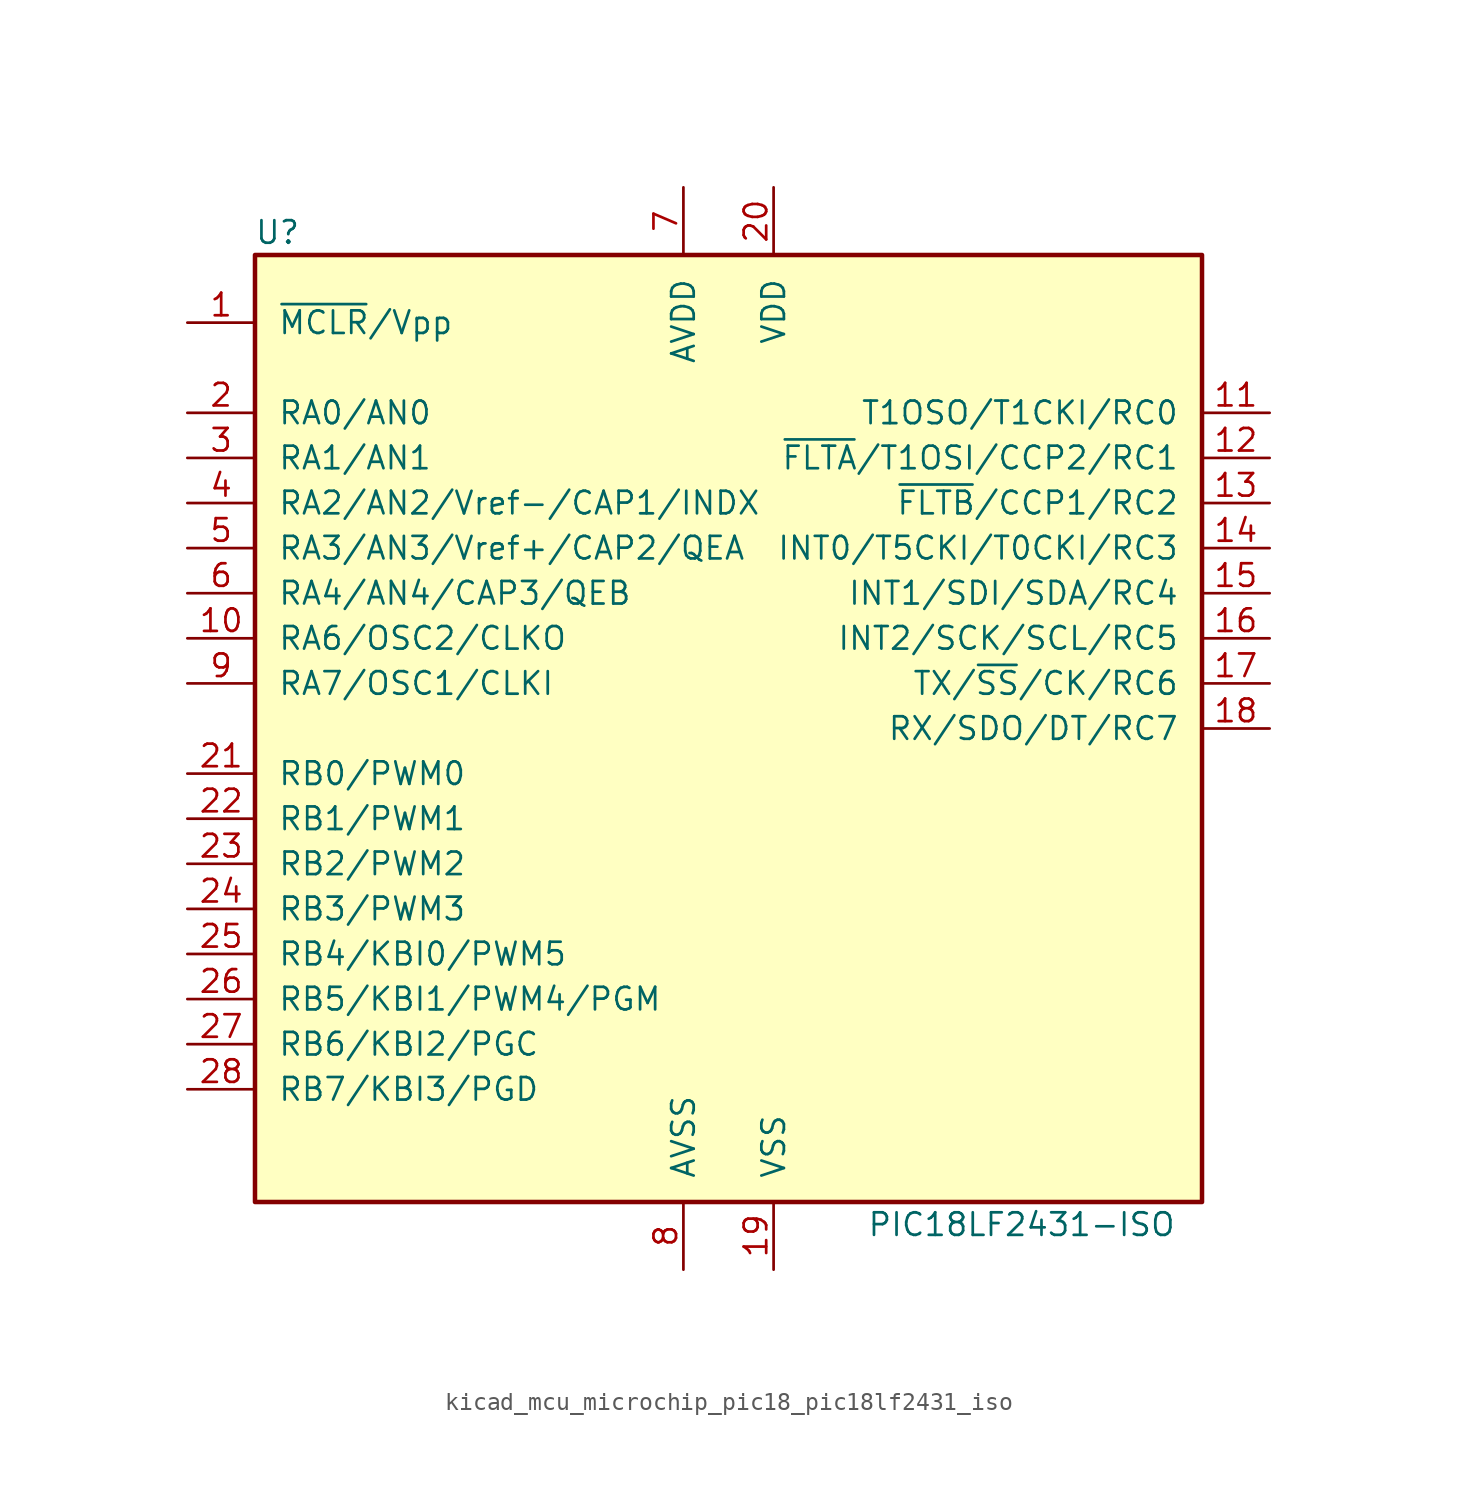
<source format=kicad_sym>
(kicad_symbol_lib
  (version 20220914)
  (generator kicad_symbol_editor)
  (symbol "kicad_mcu_microchip_pic18_pic18lf2431_iso"
    (pin_names
      (offset 1.27))
    (property "Reference" "U"
      (at -25.4 27.94 0)
      (effects (font (size 1.27 1.27))))
    (property "Value" "PIC18LF2431-ISO"
      (at 16.51 -27.94 0)
      (effects (font (size 1.27 1.27))))
    (symbol "kicad_mcu_microchip_pic18_pic18lf2431_iso_0_1"
      (rectangle (start -26.67 26.67) (end 26.67 -26.67) (stroke (width 0.254) (type default)) (fill (type background))))
    (symbol "kicad_mcu_microchip_pic18_pic18lf2431_iso_1_1"
      (pin input line (at -30.48 22.86 0) (length 3.81) (name "~{MCLR}/Vpp" (effects (font (size 1.27 1.27)))) (number "1" (effects (font (size 1.27 1.27)))))
      (pin bidirectional line (at -30.48 5.08 0) (length 3.81) (name "RA6/OSC2/CLKO" (effects (font (size 1.27 1.27)))) (number "10" (effects (font (size 1.27 1.27)))))
      (pin bidirectional line (at 30.48 17.78 180) (length 3.81) (name "T1OSO/T1CKI/RC0" (effects (font (size 1.27 1.27)))) (number "11" (effects (font (size 1.27 1.27)))))
      (pin bidirectional line (at 30.48 15.24 180) (length 3.81) (name "~{FLTA}/T1OSI/CCP2/RC1" (effects (font (size 1.27 1.27)))) (number "12" (effects (font (size 1.27 1.27)))))
      (pin bidirectional line (at 30.48 12.7 180) (length 3.81) (name "~{FLTB}/CCP1/RC2" (effects (font (size 1.27 1.27)))) (number "13" (effects (font (size 1.27 1.27)))))
      (pin bidirectional line (at 30.48 10.16 180) (length 3.81) (name "INT0/T5CKI/T0CKI/RC3" (effects (font (size 1.27 1.27)))) (number "14" (effects (font (size 1.27 1.27)))))
      (pin bidirectional line (at 30.48 7.62 180) (length 3.81) (name "INT1/SDI/SDA/RC4" (effects (font (size 1.27 1.27)))) (number "15" (effects (font (size 1.27 1.27)))))
      (pin bidirectional line (at 30.48 5.08 180) (length 3.81) (name "INT2/SCK/SCL/RC5" (effects (font (size 1.27 1.27)))) (number "16" (effects (font (size 1.27 1.27)))))
      (pin bidirectional line (at 30.48 2.54 180) (length 3.81) (name "TX/~{SS}/CK/RC6" (effects (font (size 1.27 1.27)))) (number "17" (effects (font (size 1.27 1.27)))))
      (pin bidirectional line (at 30.48 0 180) (length 3.81) (name "RX/SDO/DT/RC7" (effects (font (size 1.27 1.27)))) (number "18" (effects (font (size 1.27 1.27)))))
      (pin power_in line (at 2.54 -30.48 90) (length 3.81) (name "VSS" (effects (font (size 1.27 1.27)))) (number "19" (effects (font (size 1.27 1.27)))))
      (pin bidirectional line (at -30.48 17.78 0) (length 3.81) (name "RA0/AN0" (effects (font (size 1.27 1.27)))) (number "2" (effects (font (size 1.27 1.27)))))
      (pin power_in line (at 2.54 30.48 270) (length 3.81) (name "VDD" (effects (font (size 1.27 1.27)))) (number "20" (effects (font (size 1.27 1.27)))))
      (pin bidirectional line (at -30.48 -2.54 0) (length 3.81) (name "RB0/PWM0" (effects (font (size 1.27 1.27)))) (number "21" (effects (font (size 1.27 1.27)))))
      (pin bidirectional line (at -30.48 -5.08 0) (length 3.81) (name "RB1/PWM1" (effects (font (size 1.27 1.27)))) (number "22" (effects (font (size 1.27 1.27)))))
      (pin bidirectional line (at -30.48 -7.62 0) (length 3.81) (name "RB2/PWM2" (effects (font (size 1.27 1.27)))) (number "23" (effects (font (size 1.27 1.27)))))
      (pin bidirectional line (at -30.48 -10.16 0) (length 3.81) (name "RB3/PWM3" (effects (font (size 1.27 1.27)))) (number "24" (effects (font (size 1.27 1.27)))))
      (pin bidirectional line (at -30.48 -12.7 0) (length 3.81) (name "RB4/KBI0/PWM5" (effects (font (size 1.27 1.27)))) (number "25" (effects (font (size 1.27 1.27)))))
      (pin bidirectional line (at -30.48 -15.24 0) (length 3.81) (name "RB5/KBI1/PWM4/PGM" (effects (font (size 1.27 1.27)))) (number "26" (effects (font (size 1.27 1.27)))))
      (pin bidirectional line (at -30.48 -17.78 0) (length 3.81) (name "RB6/KBI2/PGC" (effects (font (size 1.27 1.27)))) (number "27" (effects (font (size 1.27 1.27)))))
      (pin bidirectional line (at -30.48 -20.32 0) (length 3.81) (name "RB7/KBI3/PGD" (effects (font (size 1.27 1.27)))) (number "28" (effects (font (size 1.27 1.27)))))
      (pin bidirectional line (at -30.48 15.24 0) (length 3.81) (name "RA1/AN1" (effects (font (size 1.27 1.27)))) (number "3" (effects (font (size 1.27 1.27)))))
      (pin bidirectional line (at -30.48 12.7 0) (length 3.81) (name "RA2/AN2/Vref-/CAP1/INDX" (effects (font (size 1.27 1.27)))) (number "4" (effects (font (size 1.27 1.27)))))
      (pin bidirectional line (at -30.48 10.16 0) (length 3.81) (name "RA3/AN3/Vref+/CAP2/QEA" (effects (font (size 1.27 1.27)))) (number "5" (effects (font (size 1.27 1.27)))))
      (pin bidirectional line (at -30.48 7.62 0) (length 3.81) (name "RA4/AN4/CAP3/QEB" (effects (font (size 1.27 1.27)))) (number "6" (effects (font (size 1.27 1.27)))))
      (pin power_in line (at -2.54 30.48 270) (length 3.81) (name "AVDD" (effects (font (size 1.27 1.27)))) (number "7" (effects (font (size 1.27 1.27)))))
      (pin power_in line (at -2.54 -30.48 90) (length 3.81) (name "AVSS" (effects (font (size 1.27 1.27)))) (number "8" (effects (font (size 1.27 1.27)))))
      (pin bidirectional line (at -30.48 2.54 0) (length 3.81) (name "RA7/OSC1/CLKI" (effects (font (size 1.27 1.27)))) (number "9" (effects (font (size 1.27 1.27))))))))
</source>
